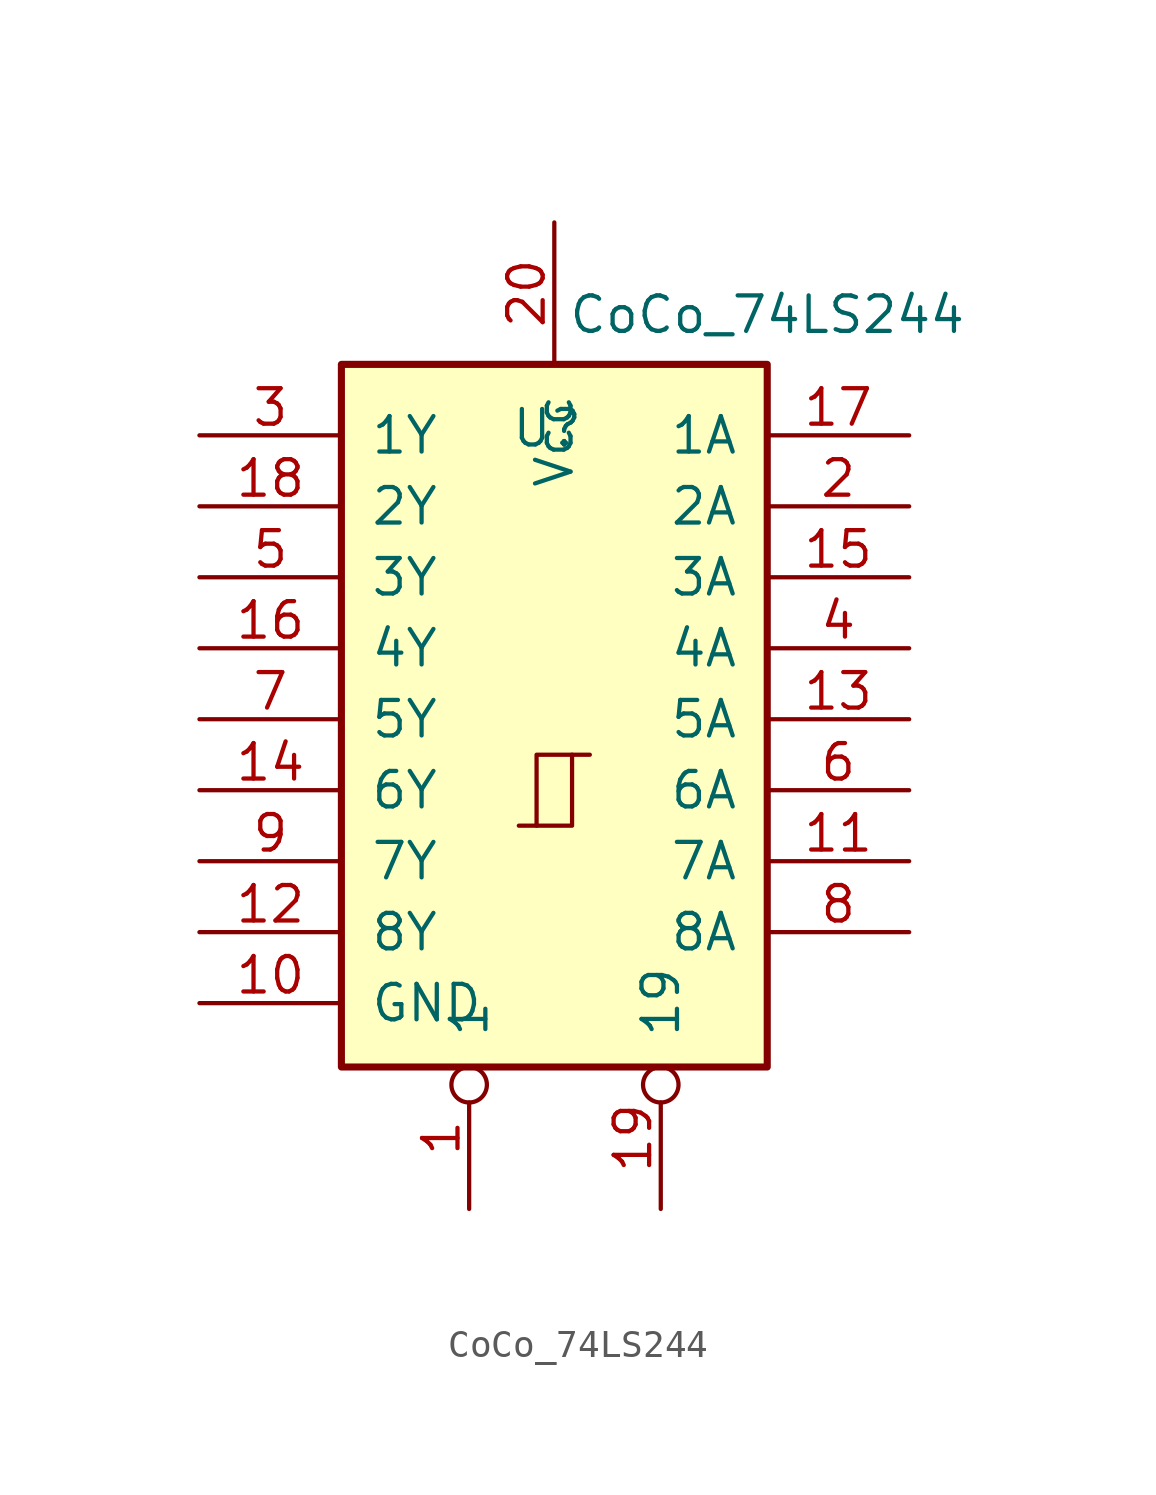
<source format=kicad_sym>
(kicad_symbol_lib
  (version 20211014)
  (generator kicad_symbol_editor)
  (symbol "CoCo_74LS244"
    (pin_names
      (offset 1.016))
    (property "Reference" "U"
      (at -0.254 12.954 0)
      (effects (font (size 1.27 1.27))))
    (property "Value" "CoCo_74LS244"
      (at 7.62 17.018 0)
      (effects (font (size 1.27 1.27))))
    (symbol "CoCo_74LS244_1_0"
      (polyline (pts (xy -0.635 -1.27) (xy -0.635 1.27) (xy 0.635 1.27)) (stroke (width 0) (type default) (color 0 0 0 0)) (fill (type none)))
      (polyline (pts (xy -1.27 -1.27) (xy 0.635 -1.27) (xy 0.635 1.27) (xy 1.27 1.27)) (stroke (width 0) (type default) (color 0 0 0 0)) (fill (type none)))
      (pin input inverted (at -3.048 -14.986 90) (length 5.08) (name "1" (effects (font (size 1.27 1.27)))) (number "1" (effects (font (size 1.27 1.27)))))
      (pin power_in line (at -12.7 -7.62 0) (length 5.08) (name "GND" (effects (font (size 1.27 1.27)))) (number "10" (effects (font (size 1.27 1.27)))))
      (pin output line (at 12.7 -2.54 180) (length 5.08) (name "7A" (effects (font (size 1.27 1.27)))) (number "11" (effects (font (size 1.27 1.27)))))
      (pin input line (at -12.7 -5.08 0) (length 5.08) (name "8Y" (effects (font (size 1.27 1.27)))) (number "12" (effects (font (size 1.27 1.27)))))
      (pin output line (at 12.7 2.54 180) (length 5.08) (name "5A" (effects (font (size 1.27 1.27)))) (number "13" (effects (font (size 1.27 1.27)))))
      (pin input line (at -12.7 0 0) (length 5.08) (name "6Y" (effects (font (size 1.27 1.27)))) (number "14" (effects (font (size 1.27 1.27)))))
      (pin output line (at 12.7 7.62 180) (length 5.08) (name "3A" (effects (font (size 1.27 1.27)))) (number "15" (effects (font (size 1.27 1.27)))))
      (pin input line (at -12.7 5.08 0) (length 5.08) (name "4Y" (effects (font (size 1.27 1.27)))) (number "16" (effects (font (size 1.27 1.27)))))
      (pin output line (at 12.7 12.7 180) (length 5.08) (name "1A" (effects (font (size 1.27 1.27)))) (number "17" (effects (font (size 1.27 1.27)))))
      (pin input line (at -12.7 10.16 0) (length 5.08) (name "2Y" (effects (font (size 1.27 1.27)))) (number "18" (effects (font (size 1.27 1.27)))))
      (pin input inverted (at 3.81 -14.986 90) (length 5.08) (name "19" (effects (font (size 1.27 1.27)))) (number "19" (effects (font (size 1.27 1.27)))))
      (pin output line (at 12.7 10.16 180) (length 5.08) (name "2A" (effects (font (size 1.27 1.27)))) (number "2" (effects (font (size 1.27 1.27)))))
      (pin power_in line (at 0 20.32 270) (length 5.08) (name "Vcc" (effects (font (size 1.27 1.27)))) (number "20" (effects (font (size 1.27 1.27)))))
      (pin input line (at -12.7 12.7 0) (length 5.08) (name "1Y" (effects (font (size 1.27 1.27)))) (number "3" (effects (font (size 1.27 1.27)))))
      (pin output line (at 12.7 5.08 180) (length 5.08) (name "4A" (effects (font (size 1.27 1.27)))) (number "4" (effects (font (size 1.27 1.27)))))
      (pin input line (at -12.7 7.62 0) (length 5.08) (name "3Y" (effects (font (size 1.27 1.27)))) (number "5" (effects (font (size 1.27 1.27)))))
      (pin output line (at 12.7 0 180) (length 5.08) (name "6A" (effects (font (size 1.27 1.27)))) (number "6" (effects (font (size 1.27 1.27)))))
      (pin input line (at -12.7 2.54 0) (length 5.08) (name "5Y" (effects (font (size 1.27 1.27)))) (number "7" (effects (font (size 1.27 1.27)))))
      (pin output line (at 12.7 -5.08 180) (length 5.08) (name "8A" (effects (font (size 1.27 1.27)))) (number "8" (effects (font (size 1.27 1.27)))))
      (pin input line (at -12.7 -2.54 0) (length 5.08) (name "7Y" (effects (font (size 1.27 1.27)))) (number "9" (effects (font (size 1.27 1.27))))))
    (symbol "CoCo_74LS244_1_1"
      (rectangle (start -7.62 15.24) (end 7.62 -9.906) (stroke (width 0.254) (type default) (color 0 0 0 0)) (fill (type background))))))
</source>
